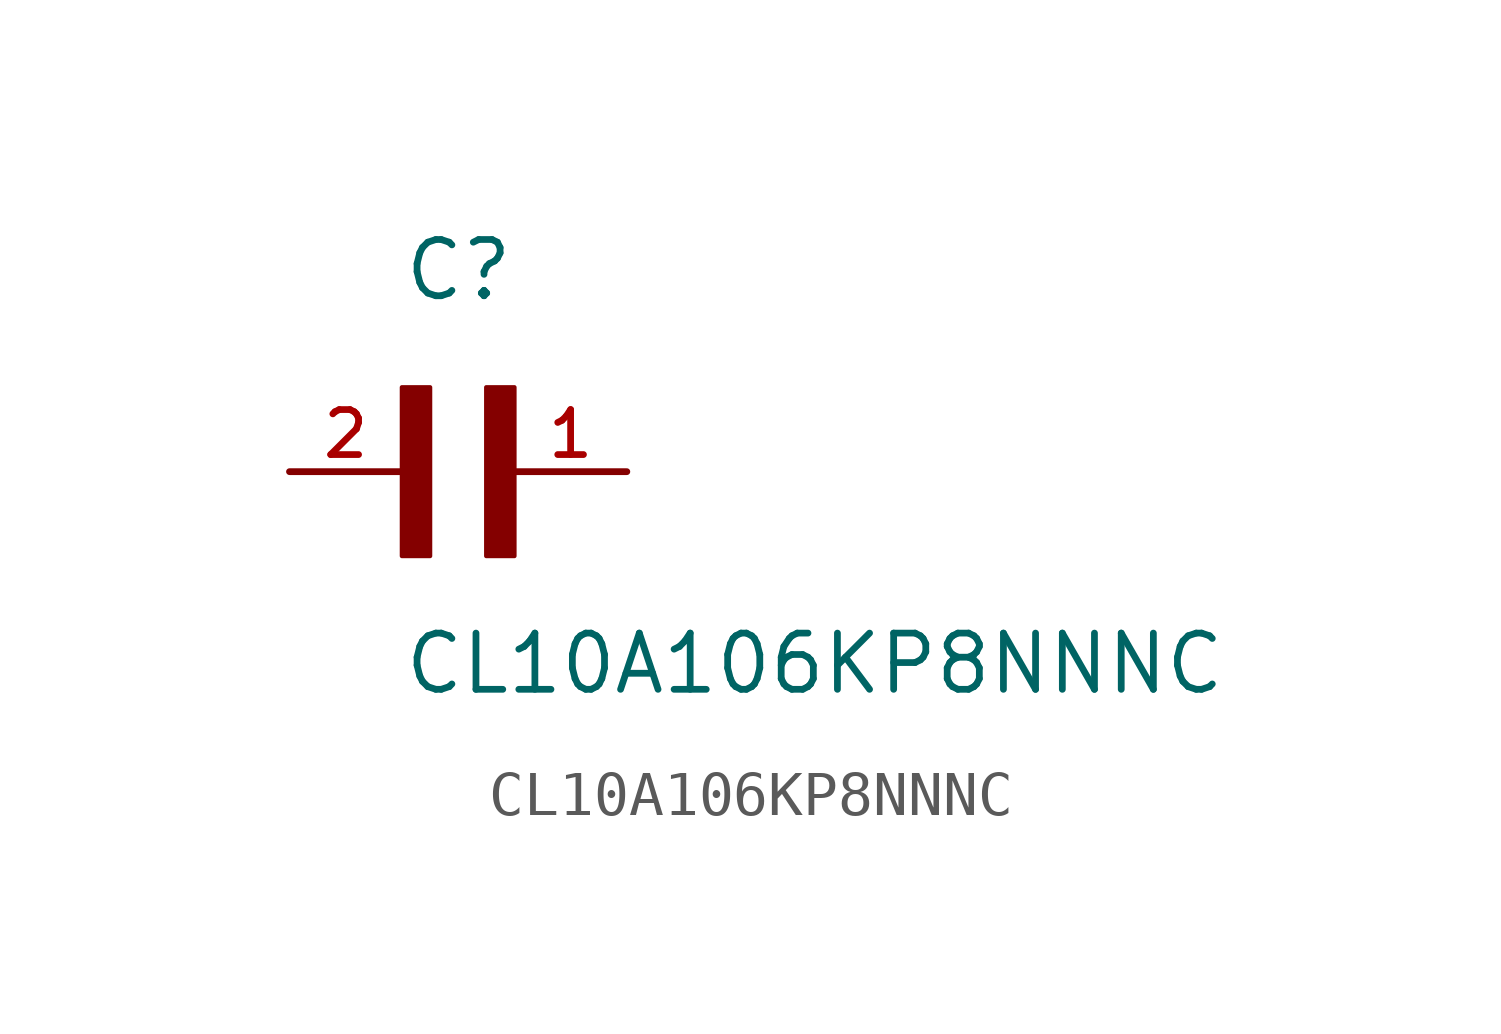
<source format=kicad_sym>
(kicad_symbol_lib
  (version 20211014)
  (generator kicad_symbol_editor)
  (symbol "CL10A106KP8NNNC"
    (pin_names
      (offset 1.016))
    (property "Reference" "C"
      (at 0.0 3.81 0)
      (effects (font (size 1.27 1.27)) (justify bottom left)))
    (property "Value" "CL10A106KP8NNNC"
      (at 0.0 -5.08 0)
      (effects (font (size 1.27 1.27)) (justify bottom left)))
    (symbol "CL10A106KP8NNNC_0_0"
      (rectangle (start 0.0 -1.905) (end 0.635 1.905) (stroke (width 0.1)) (fill (type outline)))
      (rectangle (start 1.905 -1.905) (end 2.54 1.905) (stroke (width 0.1)) (fill (type outline)))
      (pin passive line (at 5.08 0.0 180.0) (length 2.54) (name "~" (effects (font (size 1.016 1.016)))) (number "1" (effects (font (size 1.016 1.016)))))
      (pin passive line (at -2.54 0.0 0) (length 2.54) (name "~" (effects (font (size 1.016 1.016)))) (number "2" (effects (font (size 1.016 1.016))))))))
</source>
